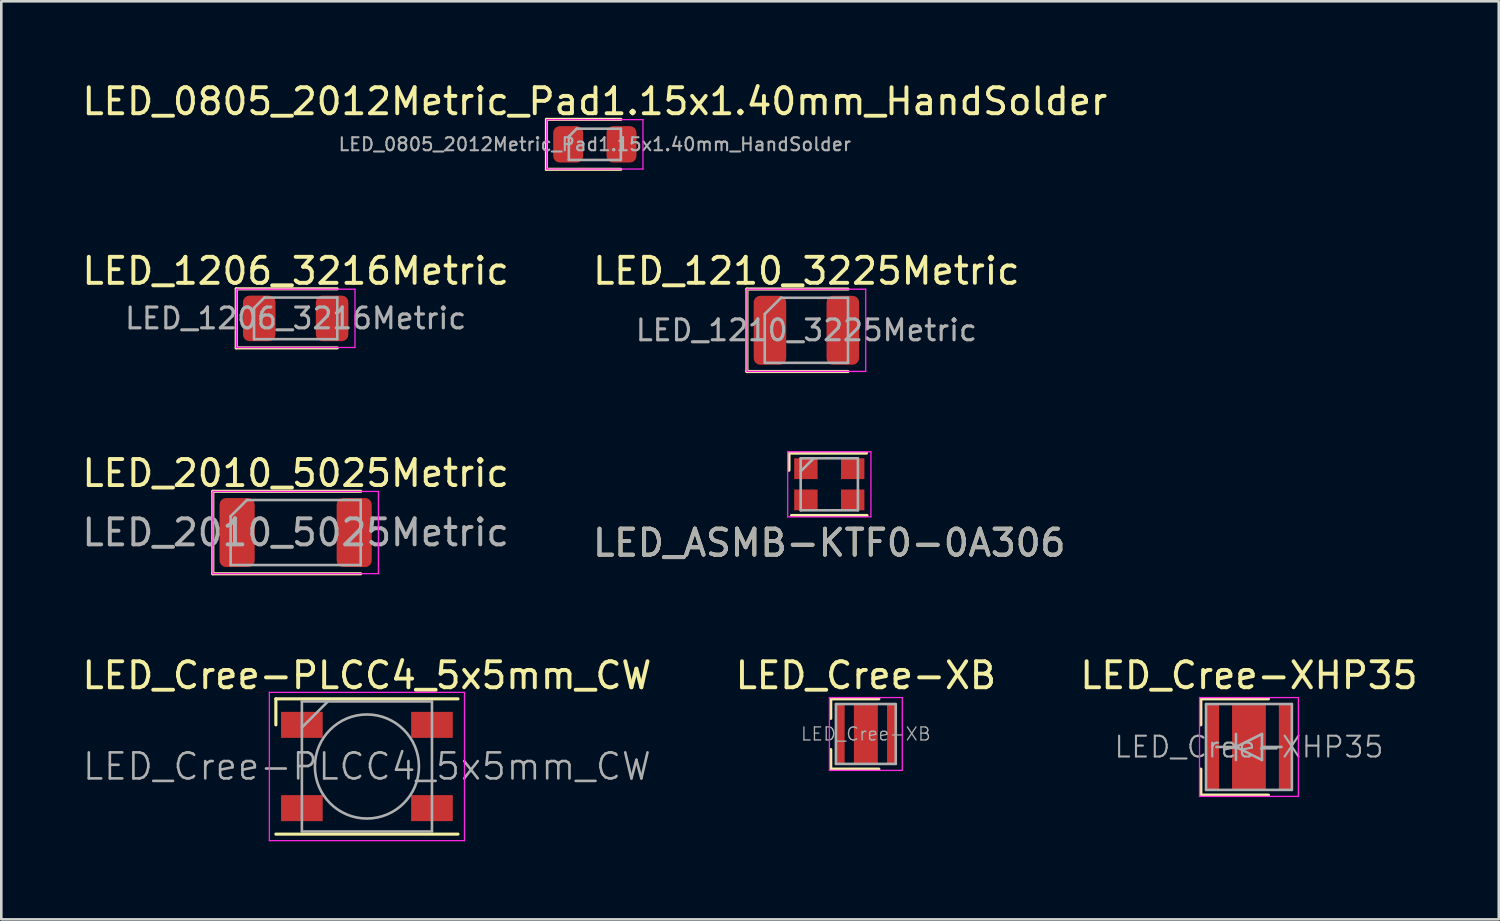
<source format=kicad_pcb>
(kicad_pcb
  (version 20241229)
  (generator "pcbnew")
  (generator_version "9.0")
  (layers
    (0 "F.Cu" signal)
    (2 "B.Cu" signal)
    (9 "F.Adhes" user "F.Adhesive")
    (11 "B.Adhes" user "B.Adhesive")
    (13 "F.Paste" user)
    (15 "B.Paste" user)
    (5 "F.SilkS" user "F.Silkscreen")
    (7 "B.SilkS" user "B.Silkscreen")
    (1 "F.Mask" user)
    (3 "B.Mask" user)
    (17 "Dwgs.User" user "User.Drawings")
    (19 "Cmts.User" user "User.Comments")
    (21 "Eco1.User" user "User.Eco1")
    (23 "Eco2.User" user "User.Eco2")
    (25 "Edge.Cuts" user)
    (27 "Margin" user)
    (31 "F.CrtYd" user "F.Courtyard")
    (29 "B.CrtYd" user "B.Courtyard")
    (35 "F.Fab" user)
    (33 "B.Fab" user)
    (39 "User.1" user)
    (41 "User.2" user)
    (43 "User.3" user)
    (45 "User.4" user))
  (footprint "LED_1206_3216Metric"
    (layer "F.Cu")
    (at 8.315 9.187)
    (property "Reference" "LED_1206_3216Metric" (at 0 -1.82 0) (layer "F.SilkS") (effects (font (size 1 1) (thickness 0.15))))
    (attr smd)
    (fp_line (start -2.285 -1.135) (end -2.285 1.135) (stroke (width 0.12) (type solid)) (layer "F.SilkS"))
    (fp_line (start -2.285 1.135) (end 1.6 1.135) (stroke (width 0.12) (type solid)) (layer "F.SilkS"))
    (fp_line (start 1.6 -1.135) (end -2.285 -1.135) (stroke (width 0.12) (type solid)) (layer "F.SilkS"))
    (fp_line (start -2.28 -1.12) (end 2.28 -1.12) (stroke (width 0.05) (type solid)) (layer "F.CrtYd"))
    (fp_line (start -2.28 1.12) (end -2.28 -1.12) (stroke (width 0.05) (type solid)) (layer "F.CrtYd"))
    (fp_line (start 2.28 -1.12) (end 2.28 1.12) (stroke (width 0.05) (type solid)) (layer "F.CrtYd"))
    (fp_line (start 2.28 1.12) (end -2.28 1.12) (stroke (width 0.05) (type solid)) (layer "F.CrtYd"))
    (fp_line (start -1.6 -0.4) (end -1.6 0.8) (stroke (width 0.1) (type solid)) (layer "F.Fab"))
    (fp_line (start -1.6 0.8) (end 1.6 0.8) (stroke (width 0.1) (type solid)) (layer "F.Fab"))
    (fp_line (start -1.2 -0.8) (end -1.6 -0.4) (stroke (width 0.1) (type solid)) (layer "F.Fab"))
    (fp_line (start 1.6 -0.8) (end -1.2 -0.8) (stroke (width 0.1) (type solid)) (layer "F.Fab"))
    (fp_line (start 1.6 0.8) (end 1.6 -0.8) (stroke (width 0.1) (type solid)) (layer "F.Fab"))
    (fp_text user "${REFERENCE}" (at 0 0 0) (layer "F.Fab") (effects (font (size 0.8 0.8) (thickness 0.12))))
    (pad "1" smd roundrect (at -1.4 0) (size 1.25 1.75) (layers "F.Cu" "F.Mask" "F.Paste") (roundrect_rratio 0.2))
    (pad "2" smd roundrect (at 1.4 0) (size 1.25 1.75) (layers "F.Cu" "F.Mask" "F.Paste") (roundrect_rratio 0.2)))
  (footprint "LED_ASMB-KTF0-0A306"
    (layer "F.Cu")
    (at 28.827 15.566)
    (property "Reference" "LED_ASMB-KTF0-0A306" (at 0 2.25 0) (layer "F.SilkS") (effects (font (size 1 1) (thickness 0.15))))
    (attr smd)
    (fp_line (start -1.55 -1.2) (end -1.55 -0.54) (stroke (width 0.12) (type solid)) (layer "F.SilkS"))
    (fp_line (start -1.55 -1.2) (end 1.43 -1.2) (stroke (width 0.12) (type solid)) (layer "F.SilkS"))
    (fp_line (start -1.45 1.2) (end 1.45 1.2) (stroke (width 0.12) (type solid)) (layer "F.SilkS"))
    (fp_line (start -1.6 -1.25) (end -1.6 1.25) (stroke (width 0.05) (type solid)) (layer "F.CrtYd"))
    (fp_line (start -1.6 -1.25) (end 1.6 -1.25) (stroke (width 0.05) (type solid)) (layer "F.CrtYd"))
    (fp_line (start 1.6 1.25) (end -1.6 1.25) (stroke (width 0.05) (type solid)) (layer "F.CrtYd"))
    (fp_line (start 1.6 1.25) (end 1.6 -1.25) (stroke (width 0.05) (type solid)) (layer "F.CrtYd"))
    (fp_line (start -1.1 -1) (end -1.1 1) (stroke (width 0.1) (type solid)) (layer "F.Fab"))
    (fp_line (start -1.1 -0.5) (end -0.6 -1) (stroke (width 0.1) (type solid)) (layer "F.Fab"))
    (fp_line (start -1.1 1) (end 1.1 1) (stroke (width 0.1) (type solid)) (layer "F.Fab"))
    (fp_line (start 1.1 -1) (end -1.1 -1) (stroke (width 0.1) (type solid)) (layer "F.Fab"))
    (fp_line (start 1.1 1) (end 1.1 -1) (stroke (width 0.1) (type solid)) (layer "F.Fab"))
    (fp_text user "${REFERENCE}" (at 0 2.25 0) (layer "F.Fab") (effects (font (size 1 1) (thickness 0.15))))
    (pad "1" smd rect (at -0.9 -0.6) (size 0.9 0.8) (layers "F.Cu" "F.Mask" "F.Paste"))
    (pad "2" smd rect (at -0.9 0.6) (size 0.9 0.8) (layers "F.Cu" "F.Mask" "F.Paste"))
    (pad "3" smd rect (at 0.9 0.6) (size 0.9 0.8) (layers "F.Cu" "F.Mask" "F.Paste"))
    (pad "4" smd rect (at 0.9 -0.6) (size 0.9 0.8) (layers "F.Cu" "F.Mask" "F.Paste")))
  (footprint "LED_Cree-XHP35"
    (layer "F.Cu")
    (at 44.958 25.663)
    (property "Reference" "LED_Cree-XHP35" (at 0 -2.75 0) (layer "F.SilkS") (effects (font (size 1 1) (thickness 0.15))))
    (attr smd)
    (fp_line (start -1.85 -1.85) (end -1.85 -0.85) (stroke (width 0.12) (type solid)) (layer "F.SilkS"))
    (fp_line (start -1.85 1.85) (end -1.85 0.85) (stroke (width 0.12) (type solid)) (layer "F.SilkS"))
    (fp_line (start 0.75 -1.85) (end -1.85 -1.85) (stroke (width 0.12) (type solid)) (layer "F.SilkS"))
    (fp_line (start 0.75 1.85) (end -1.85 1.85) (stroke (width 0.12) (type solid)) (layer "F.SilkS"))
    (fp_line (start -1.9 -1.9) (end -1.9 1.9) (stroke (width 0.05) (type solid)) (layer "F.CrtYd"))
    (fp_line (start -1.9 1.9) (end 1.9 1.9) (stroke (width 0.05) (type solid)) (layer "F.CrtYd"))
    (fp_line (start 1.9 -1.9) (end -1.9 -1.9) (stroke (width 0.05) (type solid)) (layer "F.CrtYd"))
    (fp_line (start 1.9 1.9) (end 1.9 -1.9) (stroke (width 0.05) (type solid)) (layer "F.CrtYd"))
    (fp_line (start -1.65 -1.65) (end 1.65 -1.65) (stroke (width 0.1) (type solid)) (layer "F.Fab"))
    (fp_line (start -1.65 1.65) (end -1.65 -1.65) (stroke (width 0.1) (type solid)) (layer "F.Fab"))
    (fp_line (start -1.25 0) (end -0.5 0) (stroke (width 0.1) (type solid)) (layer "F.Fab"))
    (fp_line (start -0.5 -0.5) (end -0.5 0.5) (stroke (width 0.1) (type solid)) (layer "F.Fab"))
    (fp_line (start -0.5 0) (end 0.5 -0.5) (stroke (width 0.1) (type solid)) (layer "F.Fab"))
    (fp_line (start 0.5 -0.5) (end 0.5 0.5) (stroke (width 0.1) (type solid)) (layer "F.Fab"))
    (fp_line (start 0.5 0.5) (end -0.5 0) (stroke (width 0.1) (type solid)) (layer "F.Fab"))
    (fp_line (start 1.25 0) (end 0.5 0) (stroke (width 0.1) (type solid)) (layer "F.Fab"))
    (fp_line (start 1.65 -1.65) (end 1.65 1.65) (stroke (width 0.1) (type solid)) (layer "F.Fab"))
    (fp_line (start 1.65 1.65) (end -1.65 1.65) (stroke (width 0.1) (type solid)) (layer "F.Fab"))
    (fp_text user "${REFERENCE}" (at 0 0 0) (layer "F.Fab") (effects (font (size 0.8 0.8) (thickness 0.08))))
    (pad "" smd rect (at 0 -1) (size 1.01 0.75) (layers "F.Paste"))
    (pad "" smd rect (at 0 0) (size 1.01 0.75) (layers "F.Paste"))
    (pad "" smd rect (at 0 1) (size 1.01 0.75) (layers "F.Paste"))
    (pad "1" smd rect (at -1.4 0) (size 0.5 3.3) (layers "F.Cu" "F.Mask" "F.Paste"))
    (pad "2" smd rect (at 1.4 0) (size 0.5 3.3) (layers "F.Cu" "F.Mask" "F.Paste"))
    (pad "3" smd rect (at 0 0) (size 1.3 3.3) (layers "F.Cu" "F.Mask")))
  (footprint "LED_Cree-XB"
    (layer "F.Cu")
    (at 30.232 25.163)
    (property "Reference" "LED_Cree-XB" (at 0 -2.25 0) (layer "F.SilkS") (effects (font (size 1 1) (thickness 0.15))))
    (attr smd)
    (fp_line (start -1.35 -1.35) (end -1.35 -0.6) (stroke (width 0.12) (type solid)) (layer "F.SilkS"))
    (fp_line (start -1.35 1.35) (end -1.35 0.6) (stroke (width 0.12) (type solid)) (layer "F.SilkS"))
    (fp_line (start 0.5 -1.35) (end -1.35 -1.35) (stroke (width 0.12) (type solid)) (layer "F.SilkS"))
    (fp_line (start 0.5 1.35) (end -1.35 1.35) (stroke (width 0.12) (type solid)) (layer "F.SilkS"))
    (fp_line (start -1.4 -1.4) (end 1.4 -1.4) (stroke (width 0.05) (type solid)) (layer "F.CrtYd"))
    (fp_line (start -1.4 1.4) (end -1.4 -1.4) (stroke (width 0.05) (type solid)) (layer "F.CrtYd"))
    (fp_line (start 1.4 -1.4) (end 1.4 1.4) (stroke (width 0.05) (type solid)) (layer "F.CrtYd"))
    (fp_line (start 1.4 1.4) (end -1.4 1.4) (stroke (width 0.05) (type solid)) (layer "F.CrtYd"))
    (fp_line (start -1.15 -1.15) (end 1.15 -1.15) (stroke (width 0.1) (type solid)) (layer "F.Fab"))
    (fp_line (start -1.15 1.15) (end -1.15 -1.15) (stroke (width 0.1) (type solid)) (layer "F.Fab"))
    (fp_line (start 1.15 -1.15) (end 1.15 1.15) (stroke (width 0.1) (type solid)) (layer "F.Fab"))
    (fp_line (start 1.15 1.15) (end -1.15 1.15) (stroke (width 0.1) (type solid)) (layer "F.Fab"))
    (fp_text user "${REFERENCE}" (at 0 0 0) (layer "F.Fab") (effects (font (size 0.5 0.5) (thickness 0.05))))
    (pad "" smd rect (at 0 -0.55) (size 0.85 0.85) (layers "F.Paste"))
    (pad "" smd rect (at 0 0.55) (size 0.85 0.85) (layers "F.Paste"))
    (pad "1" smd rect (at -0.98 0) (size 0.33 2.29) (layers "F.Cu" "F.Mask" "F.Paste"))
    (pad "2" smd rect (at 0.98 0) (size 0.33 2.29) (layers "F.Cu" "F.Mask" "F.Paste"))
    (pad "3" smd rect (at 0 0) (size 0.92 2.29) (layers "F.Cu" "F.Mask")))
  (footprint "LED_1210_3225Metric"
    (layer "F.Cu")
    (at 27.946 9.646)
    (property "Reference" "LED_1210_3225Metric" (at 0 -2.28 0) (layer "F.SilkS") (effects (font (size 1 1) (thickness 0.15))))
    (attr smd)
    (fp_line (start -2.285 -1.585) (end -2.285 1.585) (stroke (width 0.12) (type solid)) (layer "F.SilkS"))
    (fp_line (start -2.285 1.585) (end 1.6 1.585) (stroke (width 0.12) (type solid)) (layer "F.SilkS"))
    (fp_line (start 1.6 -1.585) (end -2.285 -1.585) (stroke (width 0.12) (type solid)) (layer "F.SilkS"))
    (fp_line (start -2.28 -1.58) (end 2.28 -1.58) (stroke (width 0.05) (type solid)) (layer "F.CrtYd"))
    (fp_line (start -2.28 1.58) (end -2.28 -1.58) (stroke (width 0.05) (type solid)) (layer "F.CrtYd"))
    (fp_line (start 2.28 -1.58) (end 2.28 1.58) (stroke (width 0.05) (type solid)) (layer "F.CrtYd"))
    (fp_line (start 2.28 1.58) (end -2.28 1.58) (stroke (width 0.05) (type solid)) (layer "F.CrtYd"))
    (fp_line (start -1.6 -0.625) (end -1.6 1.25) (stroke (width 0.1) (type solid)) (layer "F.Fab"))
    (fp_line (start -1.6 1.25) (end 1.6 1.25) (stroke (width 0.1) (type solid)) (layer "F.Fab"))
    (fp_line (start -0.975 -1.25) (end -1.6 -0.625) (stroke (width 0.1) (type solid)) (layer "F.Fab"))
    (fp_line (start 1.6 -1.25) (end -0.975 -1.25) (stroke (width 0.1) (type solid)) (layer "F.Fab"))
    (fp_line (start 1.6 1.25) (end 1.6 -1.25) (stroke (width 0.1) (type solid)) (layer "F.Fab"))
    (fp_text user "${REFERENCE}" (at 0 0 0) (layer "F.Fab") (effects (font (size 0.8 0.8) (thickness 0.12))))
    (pad "1" smd roundrect (at -1.4 0) (size 1.25 2.65) (layers "F.Cu" "F.Mask" "F.Paste") (roundrect_rratio 0.2))
    (pad "2" smd roundrect (at 1.4 0) (size 1.25 2.65) (layers "F.Cu" "F.Mask" "F.Paste") (roundrect_rratio 0.2)))
  (footprint "LED_0805_2012Metric_Pad1.15x1.40mm_HandSolder"
    (layer "F.Cu")
    (at 19.815 2.498)
    (property "Reference" "LED_0805_2012Metric_Pad1.15x1.40mm_HandSolder" (at 0 -1.65 0) (layer "F.SilkS") (effects (font (size 1 1) (thickness 0.15))))
    (attr smd)
    (fp_line (start -1.86 -0.96) (end -1.86 0.96) (stroke (width 0.12) (type solid)) (layer "F.SilkS"))
    (fp_line (start -1.86 0.96) (end 1 0.96) (stroke (width 0.12) (type solid)) (layer "F.SilkS"))
    (fp_line (start 1 -0.96) (end -1.86 -0.96) (stroke (width 0.12) (type solid)) (layer "F.SilkS"))
    (fp_line (start -1.85 -0.95) (end 1.85 -0.95) (stroke (width 0.05) (type solid)) (layer "F.CrtYd"))
    (fp_line (start -1.85 0.95) (end -1.85 -0.95) (stroke (width 0.05) (type solid)) (layer "F.CrtYd"))
    (fp_line (start 1.85 -0.95) (end 1.85 0.95) (stroke (width 0.05) (type solid)) (layer "F.CrtYd"))
    (fp_line (start 1.85 0.95) (end -1.85 0.95) (stroke (width 0.05) (type solid)) (layer "F.CrtYd"))
    (fp_line (start -1 -0.3) (end -1 0.6) (stroke (width 0.1) (type solid)) (layer "F.Fab"))
    (fp_line (start -1 0.6) (end 1 0.6) (stroke (width 0.1) (type solid)) (layer "F.Fab"))
    (fp_line (start -0.7 -0.6) (end -1 -0.3) (stroke (width 0.1) (type solid)) (layer "F.Fab"))
    (fp_line (start 1 -0.6) (end -0.7 -0.6) (stroke (width 0.1) (type solid)) (layer "F.Fab"))
    (fp_line (start 1 0.6) (end 1 -0.6) (stroke (width 0.1) (type solid)) (layer "F.Fab"))
    (fp_text user "${REFERENCE}" (at 0 0 0) (layer "F.Fab") (effects (font (size 0.5 0.5) (thickness 0.08))))
    (pad "1" smd roundrect (at -1.025 0) (size 1.15 1.4) (layers "F.Cu" "F.Mask" "F.Paste") (roundrect_rratio 0.217))
    (pad "2" smd roundrect (at 1.025 0) (size 1.15 1.4) (layers "F.Cu" "F.Mask" "F.Paste") (roundrect_rratio 0.217)))
  (footprint "LED_Cree-PLCC4_5x5mm_CW"
    (layer "F.Cu")
    (at 11.054 26.413)
    (property "Reference" "LED_Cree-PLCC4_5x5mm_CW" (at 0 -3.5 0) (layer "F.SilkS") (effects (font (size 1 1) (thickness 0.15))))
    (attr smd)
    (fp_line (start -3.5 -2.6) (end 3.5 -2.6) (stroke (width 0.12) (type solid)) (layer "F.SilkS"))
    (fp_line (start -3.5 -1.6) (end -3.5 -2.6) (stroke (width 0.12) (type solid)) (layer "F.SilkS"))
    (fp_line (start -3.5 2.6) (end 3.5 2.6) (stroke (width 0.12) (type solid)) (layer "F.SilkS"))
    (fp_line (start -3.75 -2.85) (end -3.75 2.85) (stroke (width 0.05) (type solid)) (layer "F.CrtYd"))
    (fp_line (start -3.75 2.85) (end 3.75 2.85) (stroke (width 0.05) (type solid)) (layer "F.CrtYd"))
    (fp_line (start 3.75 -2.85) (end -3.75 -2.85) (stroke (width 0.05) (type solid)) (layer "F.CrtYd"))
    (fp_line (start 3.75 2.85) (end 3.75 -2.85) (stroke (width 0.05) (type solid)) (layer "F.CrtYd"))
    (fp_line (start -2.5 -2.5) (end -2.5 2.5) (stroke (width 0.1) (type solid)) (layer "F.Fab"))
    (fp_line (start -2.5 2.5) (end 2.5 2.5) (stroke (width 0.1) (type solid)) (layer "F.Fab"))
    (fp_line (start -1.5 -2.5) (end -2.5 -1.5) (stroke (width 0.1) (type solid)) (layer "F.Fab"))
    (fp_line (start 2.5 -2.5) (end -2.5 -2.5) (stroke (width 0.1) (type solid)) (layer "F.Fab"))
    (fp_line (start 2.5 2.5) (end 2.5 -2.5) (stroke (width 0.1) (type solid)) (layer "F.Fab"))
    (fp_circle (center 0 0) (end 0 -2) (stroke (width 0.1) (type solid)) (fill no) (layer "F.Fab"))
    (fp_text user "${REFERENCE}" (at 0 0 0) (layer "F.Fab") (effects (font (size 1 1) (thickness 0.1))))
    (pad "1" smd rect (at -2.5 -1.6) (size 1.6 1) (layers "F.Cu" "F.Mask" "F.Paste"))
    (pad "2" smd rect (at 2.5 -1.6) (size 1.6 1) (layers "F.Cu" "F.Mask" "F.Paste"))
    (pad "3" smd rect (at 2.5 1.6) (size 1.6 1) (layers "F.Cu" "F.Mask" "F.Paste"))
    (pad "4" smd rect (at -2.5 1.6) (size 1.6 1) (layers "F.Cu" "F.Mask" "F.Paste")))
  (footprint "LED_2010_5025Metric"
    (layer "F.Cu")
    (at 8.315 17.42)
    (property "Reference" "LED_2010_5025Metric" (at 0 -2.28 0) (layer "F.SilkS") (effects (font (size 1 1) (thickness 0.15))))
    (attr smd)
    (fp_line (start -3.185 -1.585) (end -3.185 1.585) (stroke (width 0.12) (type solid)) (layer "F.SilkS"))
    (fp_line (start -3.185 1.585) (end 2.5 1.585) (stroke (width 0.12) (type solid)) (layer "F.SilkS"))
    (fp_line (start 2.5 -1.585) (end -3.185 -1.585) (stroke (width 0.12) (type solid)) (layer "F.SilkS"))
    (fp_line (start -3.18 -1.58) (end 3.18 -1.58) (stroke (width 0.05) (type solid)) (layer "F.CrtYd"))
    (fp_line (start -3.18 1.58) (end -3.18 -1.58) (stroke (width 0.05) (type solid)) (layer "F.CrtYd"))
    (fp_line (start 3.18 -1.58) (end 3.18 1.58) (stroke (width 0.05) (type solid)) (layer "F.CrtYd"))
    (fp_line (start 3.18 1.58) (end -3.18 1.58) (stroke (width 0.05) (type solid)) (layer "F.CrtYd"))
    (fp_line (start -2.5 -0.625) (end -2.5 1.25) (stroke (width 0.1) (type solid)) (layer "F.Fab"))
    (fp_line (start -2.5 1.25) (end 2.5 1.25) (stroke (width 0.1) (type solid)) (layer "F.Fab"))
    (fp_line (start -1.875 -1.25) (end -2.5 -0.625) (stroke (width 0.1) (type solid)) (layer "F.Fab"))
    (fp_line (start 2.5 -1.25) (end -1.875 -1.25) (stroke (width 0.1) (type solid)) (layer "F.Fab"))
    (fp_line (start 2.5 1.25) (end 2.5 -1.25) (stroke (width 0.1) (type solid)) (layer "F.Fab"))
    (fp_text user "${REFERENCE}" (at 0 0 0) (layer "F.Fab") (effects (font (size 1 1) (thickness 0.15))))
    (pad "1" smd roundrect (at -2.25 0) (size 1.35 2.65) (layers "F.Cu" "F.Mask" "F.Paste") (roundrect_rratio 0.185))
    (pad "2" smd roundrect (at 2.25 0) (size 1.35 2.65) (layers "F.Cu" "F.Mask" "F.Paste") (roundrect_rratio 0.185)))
  (gr_rect
    (start -3 -3)
    (end 54.56 32.288)
    (stroke (width 0.1) (type default))
    (fill no)
    (layer "Edge.Cuts")))
</source>
